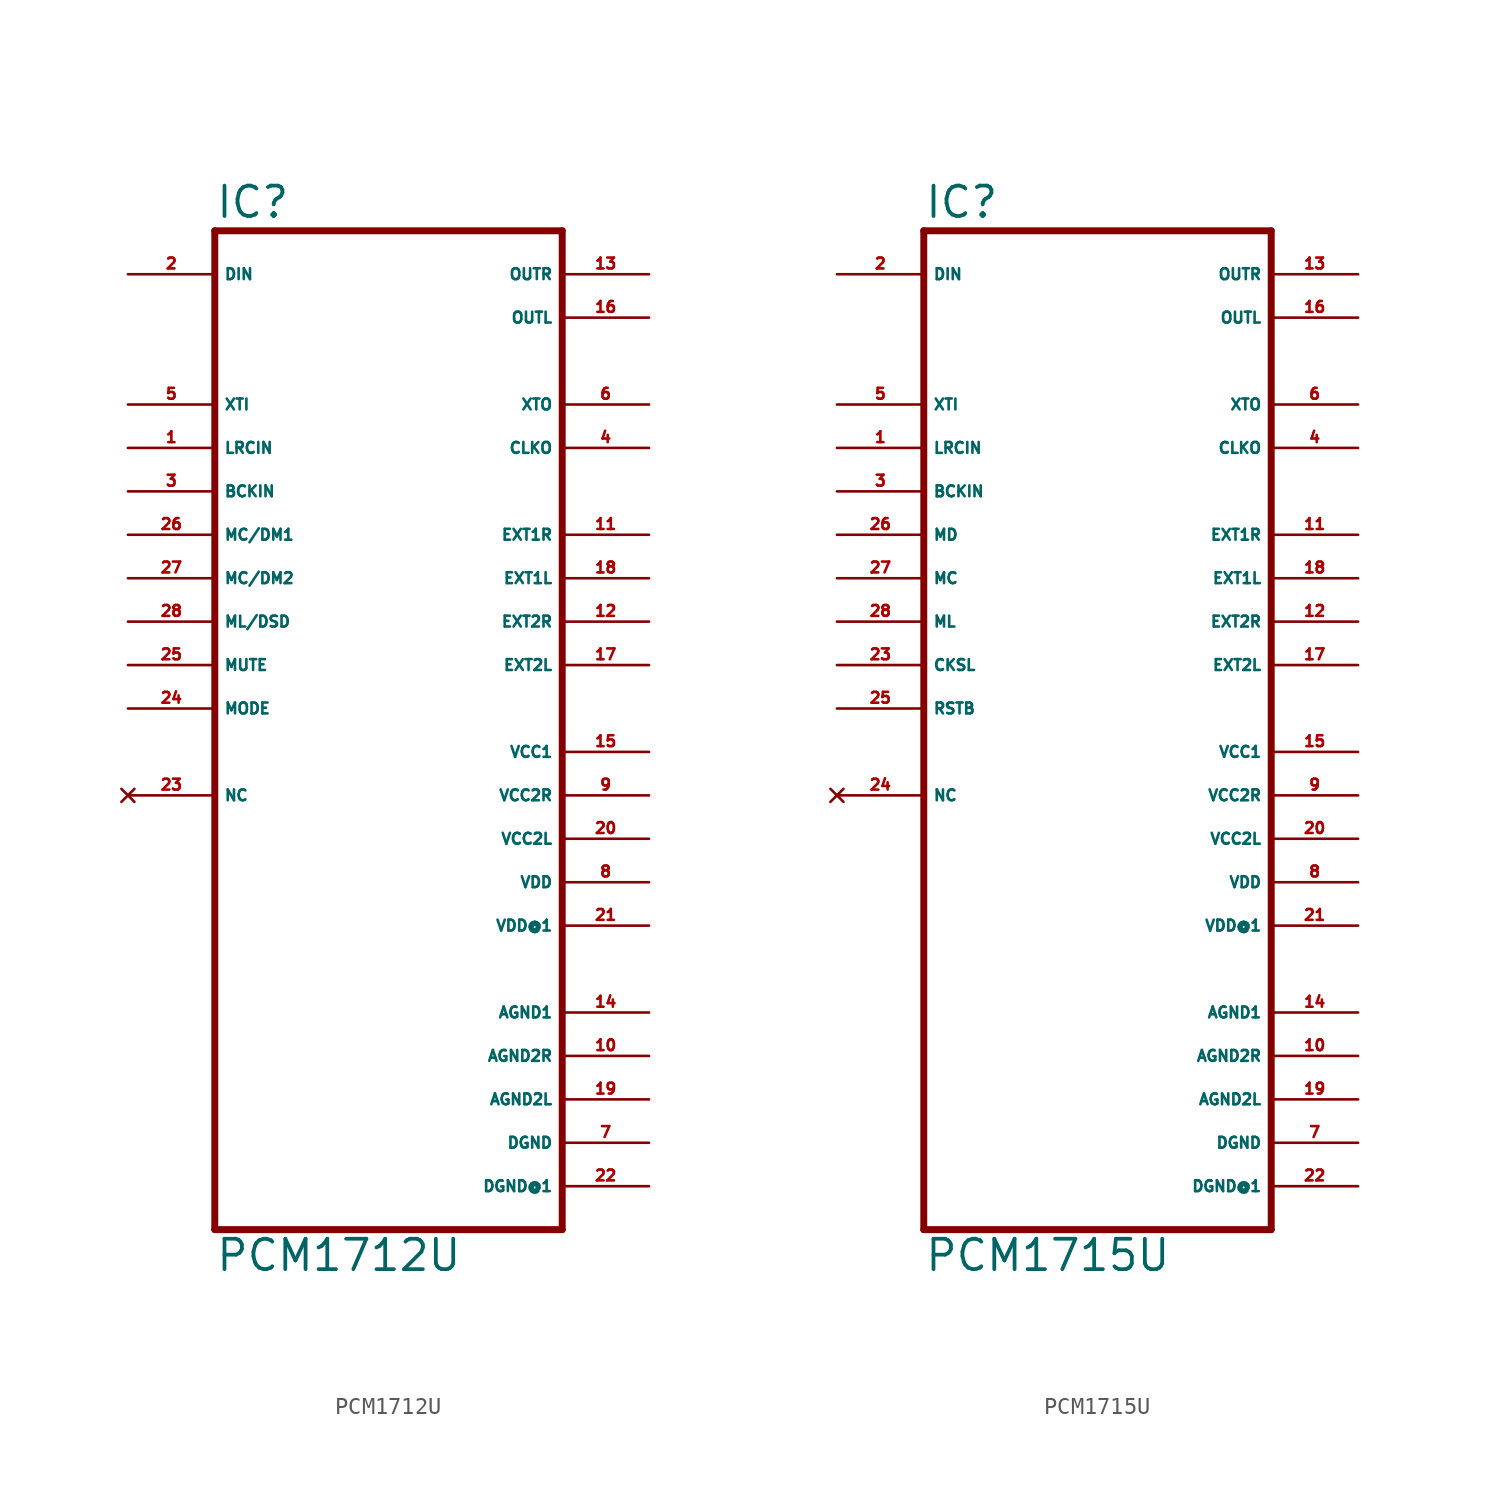
<source format=kicad_sym>
(kicad_symbol_lib
  (version 20220914)
  (generator Eagle2Kicad)
  (symbol "PCM1712U"
    (property "Reference" "IC"
      (at -10.16 28.575 0)
      (effects (font (size 1.778 1.778) (thickness 0.22)) (justify left bottom)))
    (property "Value" "PCM1712U"
      (at -10.16 -33.02 0)
      (effects (font (size 1.778 1.778) (thickness 0.22)) (justify left bottom)))
    (polyline
      (pts (xy 10.16 -30.48) (xy -10.16 -30.48))
      (stroke (width 0.406) (type default))
      (fill (type none)))
    (polyline
      (pts (xy -10.16 -30.48) (xy -10.16 27.94))
      (stroke (width 0.406) (type default))
      (fill (type none)))
    (polyline
      (pts (xy -10.16 27.94) (xy 10.16 27.94))
      (stroke (width 0.406) (type default))
      (fill (type none)))
    (polyline
      (pts (xy 10.16 27.94) (xy 10.16 -30.48))
      (stroke (width 0.406) (type default))
      (fill (type none)))
    (pin input line
      (at -15.24 25.4 0)
      (length 5.08)
      (name "DIN" (effects (font (size 0.635 0.635) (thickness 0.08)) (justify left bottom)))
      (number "2" (effects (font (size 0.635 0.635) (thickness 0.08)) (justify left bottom))))
    (pin input line
      (at -15.24 17.78 0)
      (length 5.08)
      (name "XTI" (effects (font (size 0.635 0.635) (thickness 0.08)) (justify left bottom)))
      (number "5" (effects (font (size 0.635 0.635) (thickness 0.08)) (justify left bottom))))
    (pin input line
      (at -15.24 15.24 0)
      (length 5.08)
      (name "LRCIN" (effects (font (size 0.635 0.635) (thickness 0.08)) (justify left bottom)))
      (number "1" (effects (font (size 0.635 0.635) (thickness 0.08)) (justify left bottom))))
    (pin input line
      (at -15.24 12.7 0)
      (length 5.08)
      (name "BCKIN" (effects (font (size 0.635 0.635) (thickness 0.08)) (justify left bottom)))
      (number "3" (effects (font (size 0.635 0.635) (thickness 0.08)) (justify left bottom))))
    (pin input line
      (at -15.24 10.16 0)
      (length 5.08)
      (name "MC/DM1" (effects (font (size 0.635 0.635) (thickness 0.08)) (justify left bottom)))
      (number "26" (effects (font (size 0.635 0.635) (thickness 0.08)) (justify left bottom))))
    (pin input line
      (at -15.24 7.62 0)
      (length 5.08)
      (name "MC/DM2" (effects (font (size 0.635 0.635) (thickness 0.08)) (justify left bottom)))
      (number "27" (effects (font (size 0.635 0.635) (thickness 0.08)) (justify left bottom))))
    (pin input line
      (at -15.24 5.08 0)
      (length 5.08)
      (name "ML/DSD" (effects (font (size 0.635 0.635) (thickness 0.08)) (justify left bottom)))
      (number "28" (effects (font (size 0.635 0.635) (thickness 0.08)) (justify left bottom))))
    (pin input line
      (at -15.24 0 0)
      (length 5.08)
      (name "MODE" (effects (font (size 0.635 0.635) (thickness 0.08)) (justify left bottom)))
      (number "24" (effects (font (size 0.635 0.635) (thickness 0.08)) (justify left bottom))))
    (pin output line
      (at 15.24 5.08 180)
      (length 5.08)
      (name "EXT2R" (effects (font (size 0.635 0.635) (thickness 0.08)) (justify left bottom)))
      (number "12" (effects (font (size 0.635 0.635) (thickness 0.08)) (justify left bottom))))
    (pin output line
      (at 15.24 2.54 180)
      (length 5.08)
      (name "EXT2L" (effects (font (size 0.635 0.635) (thickness 0.08)) (justify left bottom)))
      (number "17" (effects (font (size 0.635 0.635) (thickness 0.08)) (justify left bottom))))
    (pin output line
      (at 15.24 10.16 180)
      (length 5.08)
      (name "EXT1R" (effects (font (size 0.635 0.635) (thickness 0.08)) (justify left bottom)))
      (number "11" (effects (font (size 0.635 0.635) (thickness 0.08)) (justify left bottom))))
    (pin output line
      (at 15.24 7.62 180)
      (length 5.08)
      (name "EXT1L" (effects (font (size 0.635 0.635) (thickness 0.08)) (justify left bottom)))
      (number "18" (effects (font (size 0.635 0.635) (thickness 0.08)) (justify left bottom))))
    (pin output line
      (at 15.24 17.78 180)
      (length 5.08)
      (name "XTO" (effects (font (size 0.635 0.635) (thickness 0.08)) (justify left bottom)))
      (number "6" (effects (font (size 0.635 0.635) (thickness 0.08)) (justify left bottom))))
    (pin output line
      (at 15.24 15.24 180)
      (length 5.08)
      (name "CLKO" (effects (font (size 0.635 0.635) (thickness 0.08)) (justify left bottom)))
      (number "4" (effects (font (size 0.635 0.635) (thickness 0.08)) (justify left bottom))))
    (pin output line
      (at 15.24 22.86 180)
      (length 5.08)
      (name "OUTL" (effects (font (size 0.635 0.635) (thickness 0.08)) (justify left bottom)))
      (number "16" (effects (font (size 0.635 0.635) (thickness 0.08)) (justify left bottom))))
    (pin output line
      (at 15.24 25.4 180)
      (length 5.08)
      (name "OUTR" (effects (font (size 0.635 0.635) (thickness 0.08)) (justify left bottom)))
      (number "13" (effects (font (size 0.635 0.635) (thickness 0.08)) (justify left bottom))))
    (pin no_connect line
      (at -15.24 -5.08 0)
      (length 5.08)
      (name "NC" (effects (font (size 0.635 0.635) (thickness 0.08)) (justify left bottom) hide))
      (number "23" (effects (font (size 0.635 0.635) (thickness 0.08)) (justify left bottom) hide)))
    (pin unspecified line
      (at 15.24 -2.54 180)
      (length 5.08)
      (name "VCC1" (effects (font (size 0.635 0.635) (thickness 0.08)) (justify left bottom)))
      (number "15" (effects (font (size 0.635 0.635) (thickness 0.08)) (justify left bottom))))
    (pin unspecified line
      (at 15.24 -5.08 180)
      (length 5.08)
      (name "VCC2R" (effects (font (size 0.635 0.635) (thickness 0.08)) (justify left bottom)))
      (number "9" (effects (font (size 0.635 0.635) (thickness 0.08)) (justify left bottom))))
    (pin unspecified line
      (at 15.24 -7.62 180)
      (length 5.08)
      (name "VCC2L" (effects (font (size 0.635 0.635) (thickness 0.08)) (justify left bottom)))
      (number "20" (effects (font (size 0.635 0.635) (thickness 0.08)) (justify left bottom))))
    (pin unspecified line
      (at 15.24 -10.16 180)
      (length 5.08)
      (name "VDD" (effects (font (size 0.635 0.635) (thickness 0.08)) (justify left bottom)))
      (number "8" (effects (font (size 0.635 0.635) (thickness 0.08)) (justify left bottom))))
    (pin unspecified line
      (at 15.24 -17.78 180)
      (length 5.08)
      (name "AGND1" (effects (font (size 0.635 0.635) (thickness 0.08)) (justify left bottom)))
      (number "14" (effects (font (size 0.635 0.635) (thickness 0.08)) (justify left bottom))))
    (pin unspecified line
      (at 15.24 -20.32 180)
      (length 5.08)
      (name "AGND2R" (effects (font (size 0.635 0.635) (thickness 0.08)) (justify left bottom)))
      (number "10" (effects (font (size 0.635 0.635) (thickness 0.08)) (justify left bottom))))
    (pin unspecified line
      (at 15.24 -22.86 180)
      (length 5.08)
      (name "AGND2L" (effects (font (size 0.635 0.635) (thickness 0.08)) (justify left bottom)))
      (number "19" (effects (font (size 0.635 0.635) (thickness 0.08)) (justify left bottom))))
    (pin unspecified line
      (at 15.24 -25.4 180)
      (length 5.08)
      (name "DGND" (effects (font (size 0.635 0.635) (thickness 0.08)) (justify left bottom)))
      (number "7" (effects (font (size 0.635 0.635) (thickness 0.08)) (justify left bottom))))
    (pin unspecified line
      (at 15.24 -27.94 180)
      (length 5.08)
      (name "DGND@1" (effects (font (size 0.635 0.635) (thickness 0.08)) (justify left bottom)))
      (number "22" (effects (font (size 0.635 0.635) (thickness 0.08)) (justify left bottom))))
    (pin input line
      (at -15.24 2.54 0)
      (length 5.08)
      (name "MUTE" (effects (font (size 0.635 0.635) (thickness 0.08)) (justify left bottom)))
      (number "25" (effects (font (size 0.635 0.635) (thickness 0.08)) (justify left bottom))))
    (pin unspecified line
      (at 15.24 -12.7 180)
      (length 5.08)
      (name "VDD@1" (effects (font (size 0.635 0.635) (thickness 0.08)) (justify left bottom)))
      (number "21" (effects (font (size 0.635 0.635) (thickness 0.08)) (justify left bottom)))))
  (symbol "PCM1715U"
    (property "Reference" "IC"
      (at -10.16 28.575 0)
      (effects (font (size 1.778 1.778) (thickness 0.22)) (justify left bottom)))
    (property "Value" "PCM1715U"
      (at -10.16 -33.02 0)
      (effects (font (size 1.778 1.778) (thickness 0.22)) (justify left bottom)))
    (polyline
      (pts (xy 10.16 -30.48) (xy -10.16 -30.48))
      (stroke (width 0.406) (type default))
      (fill (type none)))
    (polyline
      (pts (xy -10.16 -30.48) (xy -10.16 27.94))
      (stroke (width 0.406) (type default))
      (fill (type none)))
    (polyline
      (pts (xy -10.16 27.94) (xy 10.16 27.94))
      (stroke (width 0.406) (type default))
      (fill (type none)))
    (polyline
      (pts (xy 10.16 27.94) (xy 10.16 -30.48))
      (stroke (width 0.406) (type default))
      (fill (type none)))
    (pin input line
      (at -15.24 25.4 0)
      (length 5.08)
      (name "DIN" (effects (font (size 0.635 0.635) (thickness 0.08)) (justify left bottom)))
      (number "2" (effects (font (size 0.635 0.635) (thickness 0.08)) (justify left bottom))))
    (pin input line
      (at -15.24 17.78 0)
      (length 5.08)
      (name "XTI" (effects (font (size 0.635 0.635) (thickness 0.08)) (justify left bottom)))
      (number "5" (effects (font (size 0.635 0.635) (thickness 0.08)) (justify left bottom))))
    (pin input line
      (at -15.24 15.24 0)
      (length 5.08)
      (name "LRCIN" (effects (font (size 0.635 0.635) (thickness 0.08)) (justify left bottom)))
      (number "1" (effects (font (size 0.635 0.635) (thickness 0.08)) (justify left bottom))))
    (pin input line
      (at -15.24 12.7 0)
      (length 5.08)
      (name "BCKIN" (effects (font (size 0.635 0.635) (thickness 0.08)) (justify left bottom)))
      (number "3" (effects (font (size 0.635 0.635) (thickness 0.08)) (justify left bottom))))
    (pin input line
      (at -15.24 10.16 0)
      (length 5.08)
      (name "MD" (effects (font (size 0.635 0.635) (thickness 0.08)) (justify left bottom)))
      (number "26" (effects (font (size 0.635 0.635) (thickness 0.08)) (justify left bottom))))
    (pin input line
      (at -15.24 7.62 0)
      (length 5.08)
      (name "MC" (effects (font (size 0.635 0.635) (thickness 0.08)) (justify left bottom)))
      (number "27" (effects (font (size 0.635 0.635) (thickness 0.08)) (justify left bottom))))
    (pin input line
      (at -15.24 5.08 0)
      (length 5.08)
      (name "ML" (effects (font (size 0.635 0.635) (thickness 0.08)) (justify left bottom)))
      (number "28" (effects (font (size 0.635 0.635) (thickness 0.08)) (justify left bottom))))
    (pin no_connect line
      (at -15.24 -5.08 0)
      (length 5.08)
      (name "NC" (effects (font (size 0.635 0.635) (thickness 0.08)) (justify left bottom) hide))
      (number "24" (effects (font (size 0.635 0.635) (thickness 0.08)) (justify left bottom) hide)))
    (pin output line
      (at 15.24 5.08 180)
      (length 5.08)
      (name "EXT2R" (effects (font (size 0.635 0.635) (thickness 0.08)) (justify left bottom)))
      (number "12" (effects (font (size 0.635 0.635) (thickness 0.08)) (justify left bottom))))
    (pin output line
      (at 15.24 2.54 180)
      (length 5.08)
      (name "EXT2L" (effects (font (size 0.635 0.635) (thickness 0.08)) (justify left bottom)))
      (number "17" (effects (font (size 0.635 0.635) (thickness 0.08)) (justify left bottom))))
    (pin output line
      (at 15.24 10.16 180)
      (length 5.08)
      (name "EXT1R" (effects (font (size 0.635 0.635) (thickness 0.08)) (justify left bottom)))
      (number "11" (effects (font (size 0.635 0.635) (thickness 0.08)) (justify left bottom))))
    (pin output line
      (at 15.24 7.62 180)
      (length 5.08)
      (name "EXT1L" (effects (font (size 0.635 0.635) (thickness 0.08)) (justify left bottom)))
      (number "18" (effects (font (size 0.635 0.635) (thickness 0.08)) (justify left bottom))))
    (pin output line
      (at 15.24 17.78 180)
      (length 5.08)
      (name "XTO" (effects (font (size 0.635 0.635) (thickness 0.08)) (justify left bottom)))
      (number "6" (effects (font (size 0.635 0.635) (thickness 0.08)) (justify left bottom))))
    (pin output line
      (at 15.24 15.24 180)
      (length 5.08)
      (name "CLKO" (effects (font (size 0.635 0.635) (thickness 0.08)) (justify left bottom)))
      (number "4" (effects (font (size 0.635 0.635) (thickness 0.08)) (justify left bottom))))
    (pin output line
      (at 15.24 22.86 180)
      (length 5.08)
      (name "OUTL" (effects (font (size 0.635 0.635) (thickness 0.08)) (justify left bottom)))
      (number "16" (effects (font (size 0.635 0.635) (thickness 0.08)) (justify left bottom))))
    (pin output line
      (at 15.24 25.4 180)
      (length 5.08)
      (name "OUTR" (effects (font (size 0.635 0.635) (thickness 0.08)) (justify left bottom)))
      (number "13" (effects (font (size 0.635 0.635) (thickness 0.08)) (justify left bottom))))
    (pin input line
      (at -15.24 2.54 0)
      (length 5.08)
      (name "CKSL" (effects (font (size 0.635 0.635) (thickness 0.08)) (justify left bottom)))
      (number "23" (effects (font (size 0.635 0.635) (thickness 0.08)) (justify left bottom))))
    (pin unspecified line
      (at 15.24 -2.54 180)
      (length 5.08)
      (name "VCC1" (effects (font (size 0.635 0.635) (thickness 0.08)) (justify left bottom)))
      (number "15" (effects (font (size 0.635 0.635) (thickness 0.08)) (justify left bottom))))
    (pin unspecified line
      (at 15.24 -5.08 180)
      (length 5.08)
      (name "VCC2R" (effects (font (size 0.635 0.635) (thickness 0.08)) (justify left bottom)))
      (number "9" (effects (font (size 0.635 0.635) (thickness 0.08)) (justify left bottom))))
    (pin unspecified line
      (at 15.24 -7.62 180)
      (length 5.08)
      (name "VCC2L" (effects (font (size 0.635 0.635) (thickness 0.08)) (justify left bottom)))
      (number "20" (effects (font (size 0.635 0.635) (thickness 0.08)) (justify left bottom))))
    (pin unspecified line
      (at 15.24 -10.16 180)
      (length 5.08)
      (name "VDD" (effects (font (size 0.635 0.635) (thickness 0.08)) (justify left bottom)))
      (number "8" (effects (font (size 0.635 0.635) (thickness 0.08)) (justify left bottom))))
    (pin unspecified line
      (at 15.24 -17.78 180)
      (length 5.08)
      (name "AGND1" (effects (font (size 0.635 0.635) (thickness 0.08)) (justify left bottom)))
      (number "14" (effects (font (size 0.635 0.635) (thickness 0.08)) (justify left bottom))))
    (pin unspecified line
      (at 15.24 -20.32 180)
      (length 5.08)
      (name "AGND2R" (effects (font (size 0.635 0.635) (thickness 0.08)) (justify left bottom)))
      (number "10" (effects (font (size 0.635 0.635) (thickness 0.08)) (justify left bottom))))
    (pin unspecified line
      (at 15.24 -22.86 180)
      (length 5.08)
      (name "AGND2L" (effects (font (size 0.635 0.635) (thickness 0.08)) (justify left bottom)))
      (number "19" (effects (font (size 0.635 0.635) (thickness 0.08)) (justify left bottom))))
    (pin unspecified line
      (at 15.24 -25.4 180)
      (length 5.08)
      (name "DGND" (effects (font (size 0.635 0.635) (thickness 0.08)) (justify left bottom)))
      (number "7" (effects (font (size 0.635 0.635) (thickness 0.08)) (justify left bottom))))
    (pin unspecified line
      (at 15.24 -27.94 180)
      (length 5.08)
      (name "DGND@1" (effects (font (size 0.635 0.635) (thickness 0.08)) (justify left bottom)))
      (number "22" (effects (font (size 0.635 0.635) (thickness 0.08)) (justify left bottom))))
    (pin input line
      (at -15.24 0 0)
      (length 5.08)
      (name "RSTB" (effects (font (size 0.635 0.635) (thickness 0.08)) (justify left bottom)))
      (number "25" (effects (font (size 0.635 0.635) (thickness 0.08)) (justify left bottom))))
    (pin unspecified line
      (at 15.24 -12.7 180)
      (length 5.08)
      (name "VDD@1" (effects (font (size 0.635 0.635) (thickness 0.08)) (justify left bottom)))
      (number "21" (effects (font (size 0.635 0.635) (thickness 0.08)) (justify left bottom))))))
</source>
